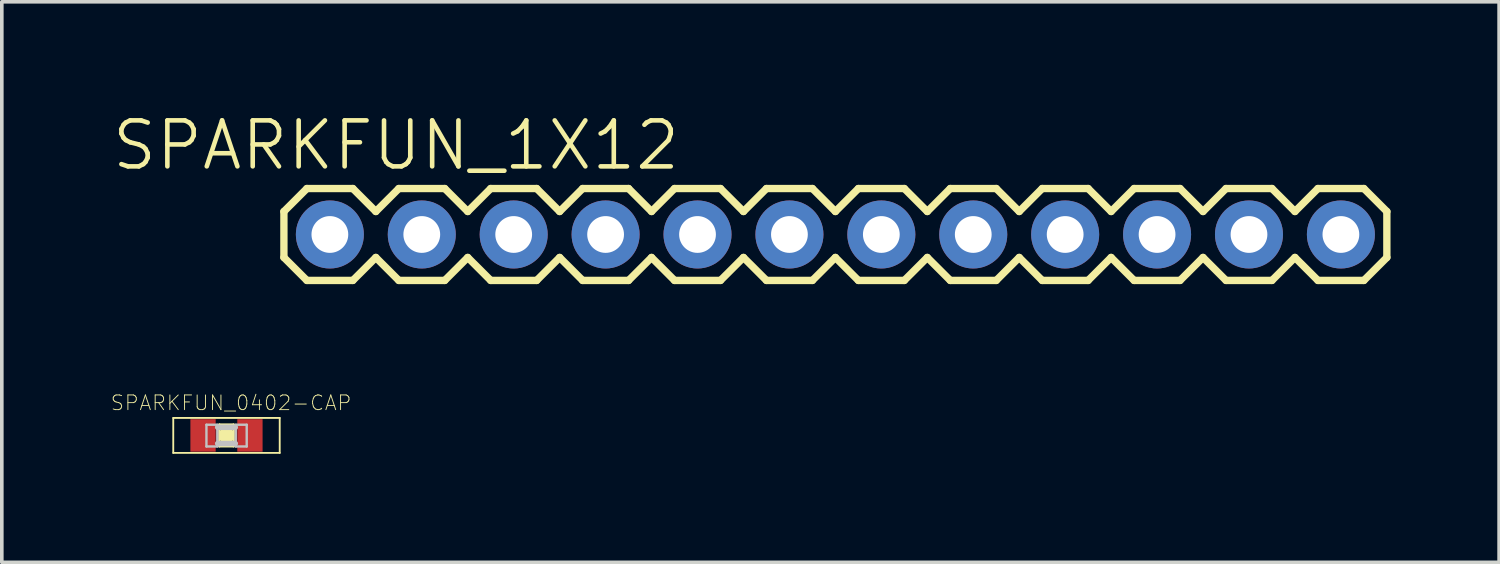
<source format=kicad_pcb>
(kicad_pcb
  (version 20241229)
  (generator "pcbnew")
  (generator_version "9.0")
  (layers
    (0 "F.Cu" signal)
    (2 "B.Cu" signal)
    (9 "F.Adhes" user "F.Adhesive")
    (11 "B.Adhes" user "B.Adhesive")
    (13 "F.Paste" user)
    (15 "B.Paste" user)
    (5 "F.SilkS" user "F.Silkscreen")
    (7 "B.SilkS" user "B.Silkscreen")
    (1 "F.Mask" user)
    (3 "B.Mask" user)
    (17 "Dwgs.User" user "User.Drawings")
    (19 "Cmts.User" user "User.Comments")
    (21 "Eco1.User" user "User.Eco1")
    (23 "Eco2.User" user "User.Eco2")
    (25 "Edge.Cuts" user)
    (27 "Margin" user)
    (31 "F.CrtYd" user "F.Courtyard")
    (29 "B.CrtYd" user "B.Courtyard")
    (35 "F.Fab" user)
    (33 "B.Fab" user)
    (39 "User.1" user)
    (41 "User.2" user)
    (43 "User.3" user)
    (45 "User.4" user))
  (footprint "SPARKFUN_1X12"
    (layer "F.Cu")
    (at 6.066 3.43)
    (property "Reference" "SPARKFUN_1X12" (at 1.829 -2.464 0) (layer "F.SilkS") (effects (font (size 1.27 1.27) (thickness 0.127))))
    (attr exclude_from_pos_files exclude_from_bom)
    (fp_line (start -1.27 -0.635) (end -1.27 0.635) (stroke (width 0.203) (type solid)) (layer "F.SilkS"))
    (fp_line (start -1.27 0.635) (end -0.635 1.27) (stroke (width 0.203) (type solid)) (layer "F.SilkS"))
    (fp_line (start -0.635 -1.27) (end -1.27 -0.635) (stroke (width 0.203) (type solid)) (layer "F.SilkS"))
    (fp_line (start -0.635 -1.27) (end 0.635 -1.27) (stroke (width 0.203) (type solid)) (layer "F.SilkS"))
    (fp_line (start 0.635 -1.27) (end 1.27 -0.635) (stroke (width 0.203) (type solid)) (layer "F.SilkS"))
    (fp_line (start 0.635 1.27) (end -0.635 1.27) (stroke (width 0.203) (type solid)) (layer "F.SilkS"))
    (fp_line (start 1.27 -0.635) (end 1.905 -1.27) (stroke (width 0.203) (type solid)) (layer "F.SilkS"))
    (fp_line (start 1.27 0.635) (end 0.635 1.27) (stroke (width 0.203) (type solid)) (layer "F.SilkS"))
    (fp_line (start 1.905 -1.27) (end 3.175 -1.27) (stroke (width 0.203) (type solid)) (layer "F.SilkS"))
    (fp_line (start 1.905 1.27) (end 1.27 0.635) (stroke (width 0.203) (type solid)) (layer "F.SilkS"))
    (fp_line (start 3.175 -1.27) (end 3.81 -0.635) (stroke (width 0.203) (type solid)) (layer "F.SilkS"))
    (fp_line (start 3.175 1.27) (end 1.905 1.27) (stroke (width 0.203) (type solid)) (layer "F.SilkS"))
    (fp_line (start 3.81 -0.635) (end 4.445 -1.27) (stroke (width 0.203) (type solid)) (layer "F.SilkS"))
    (fp_line (start 3.81 0.635) (end 3.175 1.27) (stroke (width 0.203) (type solid)) (layer "F.SilkS"))
    (fp_line (start 4.445 -1.27) (end 5.715 -1.27) (stroke (width 0.203) (type solid)) (layer "F.SilkS"))
    (fp_line (start 4.445 1.27) (end 3.81 0.635) (stroke (width 0.203) (type solid)) (layer "F.SilkS"))
    (fp_line (start 5.715 -1.27) (end 6.35 -0.635) (stroke (width 0.203) (type solid)) (layer "F.SilkS"))
    (fp_line (start 5.715 1.27) (end 4.445 1.27) (stroke (width 0.203) (type solid)) (layer "F.SilkS"))
    (fp_line (start 6.35 0.635) (end 5.715 1.27) (stroke (width 0.203) (type solid)) (layer "F.SilkS"))
    (fp_line (start 6.35 0.635) (end 6.985 1.27) (stroke (width 0.203) (type solid)) (layer "F.SilkS"))
    (fp_line (start 6.985 -1.27) (end 6.35 -0.635) (stroke (width 0.203) (type solid)) (layer "F.SilkS"))
    (fp_line (start 6.985 -1.27) (end 8.255 -1.27) (stroke (width 0.203) (type solid)) (layer "F.SilkS"))
    (fp_line (start 8.255 -1.27) (end 8.89 -0.635) (stroke (width 0.203) (type solid)) (layer "F.SilkS"))
    (fp_line (start 8.255 1.27) (end 6.985 1.27) (stroke (width 0.203) (type solid)) (layer "F.SilkS"))
    (fp_line (start 8.89 -0.635) (end 9.525 -1.27) (stroke (width 0.203) (type solid)) (layer "F.SilkS"))
    (fp_line (start 8.89 0.635) (end 8.255 1.27) (stroke (width 0.203) (type solid)) (layer "F.SilkS"))
    (fp_line (start 9.525 -1.27) (end 10.795 -1.27) (stroke (width 0.203) (type solid)) (layer "F.SilkS"))
    (fp_line (start 9.525 1.27) (end 8.89 0.635) (stroke (width 0.203) (type solid)) (layer "F.SilkS"))
    (fp_line (start 10.795 -1.27) (end 11.43 -0.635) (stroke (width 0.203) (type solid)) (layer "F.SilkS"))
    (fp_line (start 10.795 1.27) (end 9.525 1.27) (stroke (width 0.203) (type solid)) (layer "F.SilkS"))
    (fp_line (start 11.43 -0.635) (end 12.065 -1.27) (stroke (width 0.203) (type solid)) (layer "F.SilkS"))
    (fp_line (start 11.43 0.635) (end 10.795 1.27) (stroke (width 0.203) (type solid)) (layer "F.SilkS"))
    (fp_line (start 12.065 -1.27) (end 13.335 -1.27) (stroke (width 0.203) (type solid)) (layer "F.SilkS"))
    (fp_line (start 12.065 1.27) (end 11.43 0.635) (stroke (width 0.203) (type solid)) (layer "F.SilkS"))
    (fp_line (start 13.335 -1.27) (end 13.97 -0.635) (stroke (width 0.203) (type solid)) (layer "F.SilkS"))
    (fp_line (start 13.335 1.27) (end 12.065 1.27) (stroke (width 0.203) (type solid)) (layer "F.SilkS"))
    (fp_line (start 13.97 0.635) (end 13.335 1.27) (stroke (width 0.203) (type solid)) (layer "F.SilkS"))
    (fp_line (start 13.97 0.635) (end 14.605 1.27) (stroke (width 0.203) (type solid)) (layer "F.SilkS"))
    (fp_line (start 14.605 -1.27) (end 13.97 -0.635) (stroke (width 0.203) (type solid)) (layer "F.SilkS"))
    (fp_line (start 14.605 -1.27) (end 15.875 -1.27) (stroke (width 0.203) (type solid)) (layer "F.SilkS"))
    (fp_line (start 15.875 -1.27) (end 16.51 -0.635) (stroke (width 0.203) (type solid)) (layer "F.SilkS"))
    (fp_line (start 15.875 1.27) (end 14.605 1.27) (stroke (width 0.203) (type solid)) (layer "F.SilkS"))
    (fp_line (start 16.51 0.635) (end 15.875 1.27) (stroke (width 0.203) (type solid)) (layer "F.SilkS"))
    (fp_line (start 16.51 0.635) (end 17.145 1.27) (stroke (width 0.203) (type solid)) (layer "F.SilkS"))
    (fp_line (start 17.145 -1.27) (end 16.51 -0.635) (stroke (width 0.203) (type solid)) (layer "F.SilkS"))
    (fp_line (start 17.145 -1.27) (end 18.415 -1.27) (stroke (width 0.203) (type solid)) (layer "F.SilkS"))
    (fp_line (start 18.415 -1.27) (end 19.05 -0.635) (stroke (width 0.203) (type solid)) (layer "F.SilkS"))
    (fp_line (start 18.415 1.27) (end 17.145 1.27) (stroke (width 0.203) (type solid)) (layer "F.SilkS"))
    (fp_line (start 19.05 0.635) (end 18.415 1.27) (stroke (width 0.203) (type solid)) (layer "F.SilkS"))
    (fp_line (start 19.05 0.635) (end 19.685 1.27) (stroke (width 0.203) (type solid)) (layer "F.SilkS"))
    (fp_line (start 19.685 -1.27) (end 19.05 -0.635) (stroke (width 0.203) (type solid)) (layer "F.SilkS"))
    (fp_line (start 19.685 -1.27) (end 20.955 -1.27) (stroke (width 0.203) (type solid)) (layer "F.SilkS"))
    (fp_line (start 20.955 -1.27) (end 21.59 -0.635) (stroke (width 0.203) (type solid)) (layer "F.SilkS"))
    (fp_line (start 20.955 1.27) (end 19.685 1.27) (stroke (width 0.203) (type solid)) (layer "F.SilkS"))
    (fp_line (start 21.59 0.635) (end 20.955 1.27) (stroke (width 0.203) (type solid)) (layer "F.SilkS"))
    (fp_line (start 21.59 0.635) (end 22.225 1.27) (stroke (width 0.203) (type solid)) (layer "F.SilkS"))
    (fp_line (start 22.225 -1.27) (end 21.59 -0.635) (stroke (width 0.203) (type solid)) (layer "F.SilkS"))
    (fp_line (start 22.225 -1.27) (end 23.495 -1.27) (stroke (width 0.203) (type solid)) (layer "F.SilkS"))
    (fp_line (start 23.495 -1.27) (end 24.13 -0.635) (stroke (width 0.203) (type solid)) (layer "F.SilkS"))
    (fp_line (start 23.495 1.27) (end 22.225 1.27) (stroke (width 0.203) (type solid)) (layer "F.SilkS"))
    (fp_line (start 24.13 0.635) (end 23.495 1.27) (stroke (width 0.203) (type solid)) (layer "F.SilkS"))
    (fp_line (start 24.13 0.635) (end 24.765 1.27) (stroke (width 0.203) (type solid)) (layer "F.SilkS"))
    (fp_line (start 24.765 -1.27) (end 24.13 -0.635) (stroke (width 0.203) (type solid)) (layer "F.SilkS"))
    (fp_line (start 24.765 -1.27) (end 26.035 -1.27) (stroke (width 0.203) (type solid)) (layer "F.SilkS"))
    (fp_line (start 26.035 -1.27) (end 26.67 -0.635) (stroke (width 0.203) (type solid)) (layer "F.SilkS"))
    (fp_line (start 26.035 1.27) (end 24.765 1.27) (stroke (width 0.203) (type solid)) (layer "F.SilkS"))
    (fp_line (start 26.67 0.635) (end 26.035 1.27) (stroke (width 0.203) (type solid)) (layer "F.SilkS"))
    (fp_line (start 26.67 0.635) (end 27.305 1.27) (stroke (width 0.203) (type solid)) (layer "F.SilkS"))
    (fp_line (start 27.305 -1.27) (end 26.67 -0.635) (stroke (width 0.203) (type solid)) (layer "F.SilkS"))
    (fp_line (start 27.305 -1.27) (end 28.575 -1.27) (stroke (width 0.203) (type solid)) (layer "F.SilkS"))
    (fp_line (start 28.575 -1.27) (end 29.21 -0.635) (stroke (width 0.203) (type solid)) (layer "F.SilkS"))
    (fp_line (start 28.575 1.27) (end 27.305 1.27) (stroke (width 0.203) (type solid)) (layer "F.SilkS"))
    (fp_line (start 29.21 -0.635) (end 29.21 0.635) (stroke (width 0.203) (type solid)) (layer "F.SilkS"))
    (fp_line (start 29.21 0.635) (end 28.575 1.27) (stroke (width 0.203) (type solid)) (layer "F.SilkS"))
    (fp_line (start -0.254 -0.254) (end 0.254 -0.254) (stroke (width 0.066) (type solid)) (layer "Dwgs.User"))
    (fp_line (start -0.254 0.254) (end -0.254 -0.254) (stroke (width 0.066) (type solid)) (layer "Dwgs.User"))
    (fp_line (start -0.254 0.254) (end 0.254 0.254) (stroke (width 0.066) (type solid)) (layer "Dwgs.User"))
    (fp_line (start 0.254 0.254) (end 0.254 -0.254) (stroke (width 0.066) (type solid)) (layer "Dwgs.User"))
    (fp_line (start 2.286 -0.254) (end 2.794 -0.254) (stroke (width 0.066) (type solid)) (layer "Dwgs.User"))
    (fp_line (start 2.286 0.254) (end 2.286 -0.254) (stroke (width 0.066) (type solid)) (layer "Dwgs.User"))
    (fp_line (start 2.286 0.254) (end 2.794 0.254) (stroke (width 0.066) (type solid)) (layer "Dwgs.User"))
    (fp_line (start 2.794 0.254) (end 2.794 -0.254) (stroke (width 0.066) (type solid)) (layer "Dwgs.User"))
    (fp_line (start 4.826 -0.254) (end 5.334 -0.254) (stroke (width 0.066) (type solid)) (layer "Dwgs.User"))
    (fp_line (start 4.826 0.254) (end 4.826 -0.254) (stroke (width 0.066) (type solid)) (layer "Dwgs.User"))
    (fp_line (start 4.826 0.254) (end 5.334 0.254) (stroke (width 0.066) (type solid)) (layer "Dwgs.User"))
    (fp_line (start 5.334 0.254) (end 5.334 -0.254) (stroke (width 0.066) (type solid)) (layer "Dwgs.User"))
    (fp_line (start 7.366 -0.254) (end 7.874 -0.254) (stroke (width 0.066) (type solid)) (layer "Dwgs.User"))
    (fp_line (start 7.366 0.254) (end 7.366 -0.254) (stroke (width 0.066) (type solid)) (layer "Dwgs.User"))
    (fp_line (start 7.366 0.254) (end 7.874 0.254) (stroke (width 0.066) (type solid)) (layer "Dwgs.User"))
    (fp_line (start 7.874 0.254) (end 7.874 -0.254) (stroke (width 0.066) (type solid)) (layer "Dwgs.User"))
    (fp_line (start 9.906 -0.254) (end 10.414 -0.254) (stroke (width 0.066) (type solid)) (layer "Dwgs.User"))
    (fp_line (start 9.906 0.254) (end 9.906 -0.254) (stroke (width 0.066) (type solid)) (layer "Dwgs.User"))
    (fp_line (start 9.906 0.254) (end 10.414 0.254) (stroke (width 0.066) (type solid)) (layer "Dwgs.User"))
    (fp_line (start 10.414 0.254) (end 10.414 -0.254) (stroke (width 0.066) (type solid)) (layer "Dwgs.User"))
    (fp_line (start 12.446 -0.254) (end 12.954 -0.254) (stroke (width 0.066) (type solid)) (layer "Dwgs.User"))
    (fp_line (start 12.446 0.254) (end 12.446 -0.254) (stroke (width 0.066) (type solid)) (layer "Dwgs.User"))
    (fp_line (start 12.446 0.254) (end 12.954 0.254) (stroke (width 0.066) (type solid)) (layer "Dwgs.User"))
    (fp_line (start 12.954 0.254) (end 12.954 -0.254) (stroke (width 0.066) (type solid)) (layer "Dwgs.User"))
    (fp_line (start 14.986 -0.254) (end 15.494 -0.254) (stroke (width 0.066) (type solid)) (layer "Dwgs.User"))
    (fp_line (start 14.986 0.254) (end 14.986 -0.254) (stroke (width 0.066) (type solid)) (layer "Dwgs.User"))
    (fp_line (start 14.986 0.254) (end 15.494 0.254) (stroke (width 0.066) (type solid)) (layer "Dwgs.User"))
    (fp_line (start 15.494 0.254) (end 15.494 -0.254) (stroke (width 0.066) (type solid)) (layer "Dwgs.User"))
    (fp_line (start 17.523 -0.254) (end 18.034 -0.254) (stroke (width 0.066) (type solid)) (layer "Dwgs.User"))
    (fp_line (start 17.523 0.254) (end 17.523 -0.254) (stroke (width 0.066) (type solid)) (layer "Dwgs.User"))
    (fp_line (start 17.523 0.254) (end 18.034 0.254) (stroke (width 0.066) (type solid)) (layer "Dwgs.User"))
    (fp_line (start 18.034 0.254) (end 18.034 -0.254) (stroke (width 0.066) (type solid)) (layer "Dwgs.User"))
    (fp_line (start 20.066 -0.254) (end 20.574 -0.254) (stroke (width 0.066) (type solid)) (layer "Dwgs.User"))
    (fp_line (start 20.066 0.254) (end 20.066 -0.254) (stroke (width 0.066) (type solid)) (layer "Dwgs.User"))
    (fp_line (start 20.066 0.254) (end 20.574 0.254) (stroke (width 0.066) (type solid)) (layer "Dwgs.User"))
    (fp_line (start 20.574 0.254) (end 20.574 -0.254) (stroke (width 0.066) (type solid)) (layer "Dwgs.User"))
    (fp_line (start 22.606 -0.254) (end 23.114 -0.254) (stroke (width 0.066) (type solid)) (layer "Dwgs.User"))
    (fp_line (start 22.606 0.254) (end 22.606 -0.254) (stroke (width 0.066) (type solid)) (layer "Dwgs.User"))
    (fp_line (start 22.606 0.254) (end 23.114 0.254) (stroke (width 0.066) (type solid)) (layer "Dwgs.User"))
    (fp_line (start 23.114 0.254) (end 23.114 -0.254) (stroke (width 0.066) (type solid)) (layer "Dwgs.User"))
    (fp_line (start 25.146 -0.254) (end 25.654 -0.254) (stroke (width 0.066) (type solid)) (layer "Dwgs.User"))
    (fp_line (start 25.146 0.254) (end 25.146 -0.254) (stroke (width 0.066) (type solid)) (layer "Dwgs.User"))
    (fp_line (start 25.146 0.254) (end 25.654 0.254) (stroke (width 0.066) (type solid)) (layer "Dwgs.User"))
    (fp_line (start 25.654 0.254) (end 25.654 -0.254) (stroke (width 0.066) (type solid)) (layer "Dwgs.User"))
    (fp_line (start 27.686 -0.254) (end 28.194 -0.254) (stroke (width 0.066) (type solid)) (layer "Dwgs.User"))
    (fp_line (start 27.686 0.254) (end 27.686 -0.254) (stroke (width 0.066) (type solid)) (layer "Dwgs.User"))
    (fp_line (start 27.686 0.254) (end 28.194 0.254) (stroke (width 0.066) (type solid)) (layer "Dwgs.User"))
    (fp_line (start 28.194 0.254) (end 28.194 -0.254) (stroke (width 0.066) (type solid)) (layer "Dwgs.User"))
    (pad "1" thru_hole circle (at 0 0) (size 1.88 1.88) (drill 1.016) (layers "*.Cu" "*.Paste" "*.Mask"))
    (pad "2" thru_hole circle (at 2.54 0) (size 1.88 1.88) (drill 1.016) (layers "*.Cu" "*.Paste" "*.Mask"))
    (pad "3" thru_hole circle (at 5.08 0) (size 1.88 1.88) (drill 1.016) (layers "*.Cu" "*.Paste" "*.Mask"))
    (pad "4" thru_hole circle (at 7.62 0) (size 1.88 1.88) (drill 1.016) (layers "*.Cu" "*.Paste" "*.Mask"))
    (pad "5" thru_hole circle (at 10.16 0) (size 1.88 1.88) (drill 1.016) (layers "*.Cu" "*.Paste" "*.Mask"))
    (pad "6" thru_hole circle (at 12.7 0) (size 1.88 1.88) (drill 1.016) (layers "*.Cu" "*.Paste" "*.Mask"))
    (pad "7" thru_hole circle (at 15.24 0) (size 1.88 1.88) (drill 1.016) (layers "*.Cu" "*.Paste" "*.Mask"))
    (pad "8" thru_hole circle (at 17.78 0) (size 1.88 1.88) (drill 1.016) (layers "*.Cu" "*.Paste" "*.Mask"))
    (pad "9" thru_hole circle (at 20.32 0) (size 1.88 1.88) (drill 1.016) (layers "*.Cu" "*.Paste" "*.Mask"))
    (pad "10" thru_hole circle (at 22.86 0) (size 1.88 1.88) (drill 1.016) (layers "*.Cu" "*.Paste" "*.Mask"))
    (pad "11" thru_hole circle (at 25.4 0) (size 1.88 1.88) (drill 1.016) (layers "*.Cu" "*.Paste" "*.Mask"))
    (pad "12" thru_hole circle (at 27.94 0) (size 1.88 1.88) (drill 1.016) (layers "*.Cu" "*.Paste" "*.Mask")))
  (footprint "SPARKFUN_0402-CAP"
    (layer "F.Cu")
    (at 3.209 8.983)
    (property "Reference" "SPARKFUN_0402-CAP" (at 0.127 -0.899 0) (layer "F.SilkS") (effects (font (size 0.406 0.406) (thickness 0.025))))
    (attr smd)
    (fp_line (start -1.471 -0.483) (end 1.471 -0.483) (stroke (width 0.051) (type solid)) (layer "F.SilkS"))
    (fp_line (start -1.471 0.483) (end -1.471 -0.483) (stroke (width 0.051) (type solid)) (layer "F.SilkS"))
    (fp_line (start -0.198 -0.3) (end 0.198 -0.3) (stroke (width 0.066) (type solid)) (layer "F.SilkS"))
    (fp_line (start -0.198 0.3) (end -0.198 -0.3) (stroke (width 0.066) (type solid)) (layer "F.SilkS"))
    (fp_line (start -0.198 0.3) (end 0.198 0.3) (stroke (width 0.066) (type solid)) (layer "F.SilkS"))
    (fp_line (start 0 -0.03) (end 0 0.03) (stroke (width 0.406) (type solid)) (layer "F.SilkS"))
    (fp_line (start 0.198 0.3) (end 0.198 -0.3) (stroke (width 0.066) (type solid)) (layer "F.SilkS"))
    (fp_line (start 1.471 -0.483) (end 1.471 0.483) (stroke (width 0.051) (type solid)) (layer "F.SilkS"))
    (fp_line (start 1.471 0.483) (end -1.471 0.483) (stroke (width 0.051) (type solid)) (layer "F.SilkS"))
    (fp_line (start -0.554 -0.295) (end -0.254 -0.295) (stroke (width 0.066) (type solid)) (layer "Dwgs.User"))
    (fp_line (start -0.554 0.305) (end -0.554 -0.295) (stroke (width 0.066) (type solid)) (layer "Dwgs.User"))
    (fp_line (start -0.554 0.305) (end -0.254 0.305) (stroke (width 0.066) (type solid)) (layer "Dwgs.User"))
    (fp_line (start -0.254 0.305) (end -0.254 -0.295) (stroke (width 0.066) (type solid)) (layer "Dwgs.User"))
    (fp_line (start -0.244 -0.224) (end 0.244 -0.224) (stroke (width 0.152) (type solid)) (layer "Dwgs.User"))
    (fp_line (start 0.244 0.224) (end -0.244 0.224) (stroke (width 0.152) (type solid)) (layer "Dwgs.User"))
    (fp_line (start 0.257 -0.295) (end 0.559 -0.295) (stroke (width 0.066) (type solid)) (layer "Dwgs.User"))
    (fp_line (start 0.257 0.305) (end 0.257 -0.295) (stroke (width 0.066) (type solid)) (layer "Dwgs.User"))
    (fp_line (start 0.257 0.305) (end 0.559 0.305) (stroke (width 0.066) (type solid)) (layer "Dwgs.User"))
    (fp_line (start 0.559 0.305) (end 0.559 -0.295) (stroke (width 0.066) (type solid)) (layer "Dwgs.User"))
    (pad "1" smd rect (at -0.648 0) (size 0.699 0.899) (layers "F.Cu" "F.Mask" "F.Paste"))
    (pad "2" smd rect (at 0.648 0) (size 0.699 0.899) (layers "F.Cu" "F.Mask" "F.Paste")))
  (gr_rect
    (start -3 -3)
    (end 38.378 12.491)
    (stroke (width 0.1) (type default))
    (fill no)
    (layer "Edge.Cuts")))
</source>
